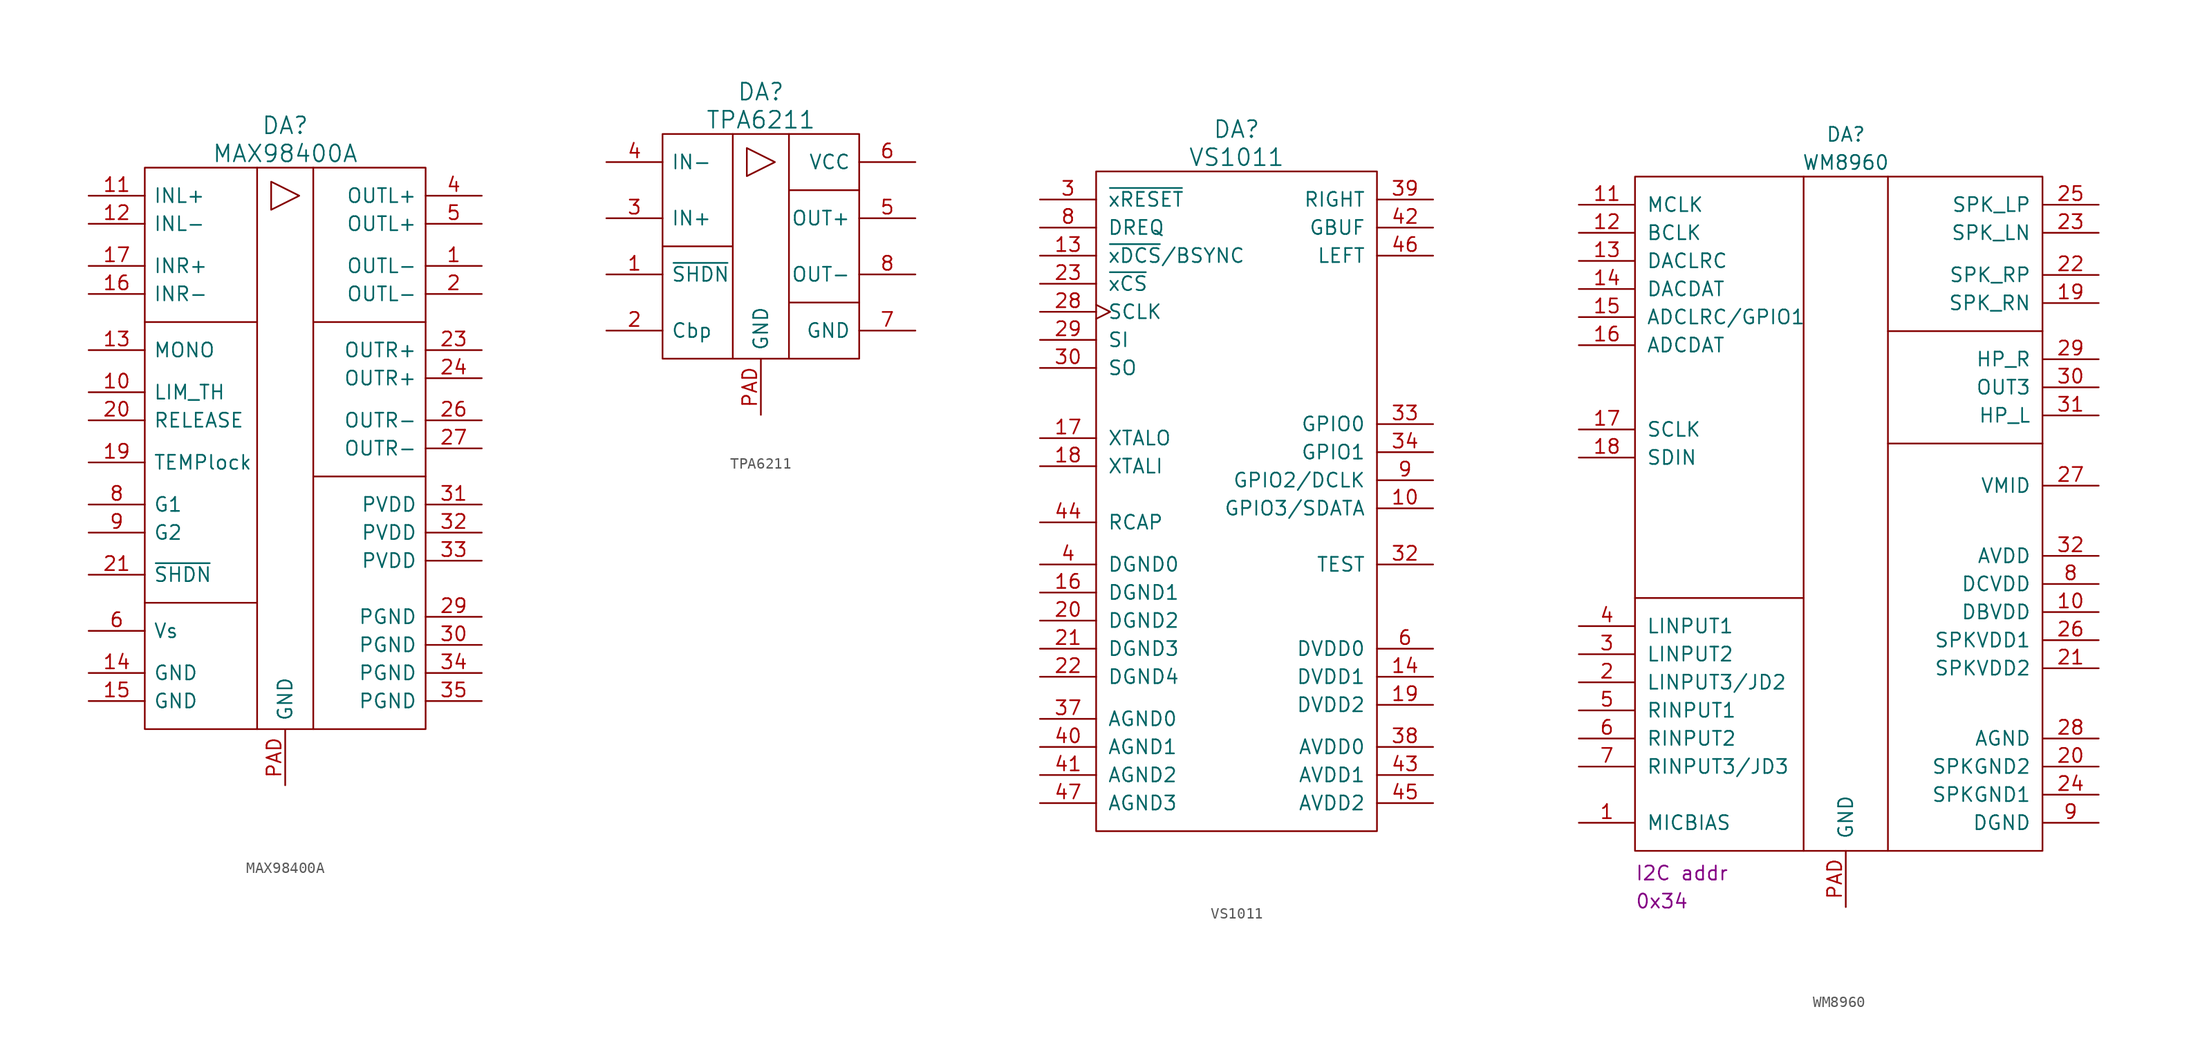
<source format=kicad_sym>
(kicad_symbol_lib
  (version 20220914)
  (generator kicad_symbol_editor)
  (symbol "MAX98400A"
    (pin_names
      (offset 0.762))
    (property "Reference" "DA"
      (at 0 29.21 0)
      (effects (font (size 1.524 1.524))))
    (property "Value" "MAX98400A"
      (at 0 26.67 0)
      (effects (font (size 1.524 1.524))))
    (property "Datasheet" ""
      (at 0 29.21 0)
      (effects (font (size 1.524 1.524))))
    (symbol "MAX98400A_0_1"
      (rectangle (start -12.7 25.4) (end 12.7 -25.4) (stroke (width 0) (type solid)) (fill (type none)))
      (polyline (pts (xy -12.7 -13.97) (xy -2.54 -13.97)) (stroke (width 0) (type solid)) (fill (type none)))
      (polyline (pts (xy -2.54 11.43) (xy -12.7 11.43)) (stroke (width 0) (type solid)) (fill (type none)))
      (polyline (pts (xy -2.54 25.4) (xy -2.54 -25.4)) (stroke (width 0) (type solid)) (fill (type none)))
      (polyline (pts (xy 2.54 25.4) (xy 2.54 -25.4)) (stroke (width 0) (type solid)) (fill (type none)))
      (polyline (pts (xy 12.7 -2.54) (xy 2.54 -2.54)) (stroke (width 0) (type solid)) (fill (type none)))
      (polyline (pts (xy 12.7 11.43) (xy 2.54 11.43)) (stroke (width 0) (type solid)) (fill (type none)))
      (polyline (pts (xy 1.27 22.86) (xy -1.27 24.13) (xy -1.27 21.59) (xy 1.27 22.86)) (stroke (width 0) (type solid)) (fill (type none))))
    (symbol "MAX98400A_1_1"
      (pin passive line (at 17.78 16.51 180) (length 5.08) (name "OUTL-" (effects (font (size 1.27 1.27)))) (number "1" (effects (font (size 1.27 1.27)))))
      (pin passive line (at -17.78 5.08 0) (length 5.08) (name "LIM_TH" (effects (font (size 1.27 1.27)))) (number "10" (effects (font (size 1.27 1.27)))))
      (pin passive line (at -17.78 22.86 0) (length 5.08) (name "INL+" (effects (font (size 1.27 1.27)))) (number "11" (effects (font (size 1.27 1.27)))))
      (pin passive line (at -17.78 20.32 0) (length 5.08) (name "INL-" (effects (font (size 1.27 1.27)))) (number "12" (effects (font (size 1.27 1.27)))))
      (pin passive line (at -17.78 8.89 0) (length 5.08) (name "MONO" (effects (font (size 1.27 1.27)))) (number "13" (effects (font (size 1.27 1.27)))))
      (pin power_in line (at -17.78 -20.32 0) (length 5.08) (name "GND" (effects (font (size 1.27 1.27)))) (number "14" (effects (font (size 1.27 1.27)))))
      (pin power_in line (at -17.78 -22.86 0) (length 5.08) (name "GND" (effects (font (size 1.27 1.27)))) (number "15" (effects (font (size 1.27 1.27)))))
      (pin passive line (at -17.78 13.97 0) (length 5.08) (name "INR-" (effects (font (size 1.27 1.27)))) (number "16" (effects (font (size 1.27 1.27)))))
      (pin passive line (at -17.78 16.51 0) (length 5.08) (name "INR+" (effects (font (size 1.27 1.27)))) (number "17" (effects (font (size 1.27 1.27)))))
      (pin no_connect line (at -6.35 -30.48 90) (length 5.08) hide (name "NC" (effects (font (size 1.27 1.27)))) (number "18" (effects (font (size 1.27 1.27)))))
      (pin passive line (at -17.78 -1.27 0) (length 5.08) (name "TEMPlock" (effects (font (size 1.27 1.27)))) (number "19" (effects (font (size 1.27 1.27)))))
      (pin passive line (at 17.78 13.97 180) (length 5.08) (name "OUTL-" (effects (font (size 1.27 1.27)))) (number "2" (effects (font (size 1.27 1.27)))))
      (pin passive line (at -17.78 2.54 0) (length 5.08) (name "RELEASE" (effects (font (size 1.27 1.27)))) (number "20" (effects (font (size 1.27 1.27)))))
      (pin passive line (at -17.78 -11.43 0) (length 5.08) (name "~{SHDN}" (effects (font (size 1.27 1.27)))) (number "21" (effects (font (size 1.27 1.27)))))
      (pin no_connect line (at -3.81 -30.48 90) (length 5.08) hide (name "NC" (effects (font (size 1.27 1.27)))) (number "22" (effects (font (size 1.27 1.27)))))
      (pin passive line (at 17.78 8.89 180) (length 5.08) (name "OUTR+" (effects (font (size 1.27 1.27)))) (number "23" (effects (font (size 1.27 1.27)))))
      (pin passive line (at 17.78 6.35 180) (length 5.08) (name "OUTR+" (effects (font (size 1.27 1.27)))) (number "24" (effects (font (size 1.27 1.27)))))
      (pin no_connect line (at 5.08 -30.48 90) (length 5.08) hide (name "NC" (effects (font (size 1.27 1.27)))) (number "25" (effects (font (size 1.27 1.27)))))
      (pin passive line (at 17.78 2.54 180) (length 5.08) (name "OUTR-" (effects (font (size 1.27 1.27)))) (number "26" (effects (font (size 1.27 1.27)))))
      (pin passive line (at 17.78 0 180) (length 5.08) (name "OUTR-" (effects (font (size 1.27 1.27)))) (number "27" (effects (font (size 1.27 1.27)))))
      (pin no_connect line (at 7.62 -30.48 90) (length 5.08) hide (name "NC" (effects (font (size 1.27 1.27)))) (number "28" (effects (font (size 1.27 1.27)))))
      (pin power_in line (at 17.78 -15.24 180) (length 5.08) (name "PGND" (effects (font (size 1.27 1.27)))) (number "29" (effects (font (size 1.27 1.27)))))
      (pin no_connect line (at -11.43 -30.48 90) (length 5.08) hide (name "NC" (effects (font (size 1.27 1.27)))) (number "3" (effects (font (size 1.27 1.27)))))
      (pin power_in line (at 17.78 -17.78 180) (length 5.08) (name "PGND" (effects (font (size 1.27 1.27)))) (number "30" (effects (font (size 1.27 1.27)))))
      (pin power_in line (at 17.78 -5.08 180) (length 5.08) (name "PVDD" (effects (font (size 1.27 1.27)))) (number "31" (effects (font (size 1.27 1.27)))))
      (pin power_in line (at 17.78 -7.62 180) (length 5.08) (name "PVDD" (effects (font (size 1.27 1.27)))) (number "32" (effects (font (size 1.27 1.27)))))
      (pin power_in line (at 17.78 -10.16 180) (length 5.08) (name "PVDD" (effects (font (size 1.27 1.27)))) (number "33" (effects (font (size 1.27 1.27)))))
      (pin power_in line (at 17.78 -20.32 180) (length 5.08) (name "PGND" (effects (font (size 1.27 1.27)))) (number "34" (effects (font (size 1.27 1.27)))))
      (pin power_in line (at 17.78 -22.86 180) (length 5.08) (name "PGND" (effects (font (size 1.27 1.27)))) (number "35" (effects (font (size 1.27 1.27)))))
      (pin no_connect line (at 10.16 -30.48 90) (length 5.08) hide (name "NC" (effects (font (size 1.27 1.27)))) (number "36" (effects (font (size 1.27 1.27)))))
      (pin passive line (at 17.78 22.86 180) (length 5.08) (name "OUTL+" (effects (font (size 1.27 1.27)))) (number "4" (effects (font (size 1.27 1.27)))))
      (pin passive line (at 17.78 20.32 180) (length 5.08) (name "OUTL+" (effects (font (size 1.27 1.27)))) (number "5" (effects (font (size 1.27 1.27)))))
      (pin passive line (at -17.78 -16.51 0) (length 5.08) (name "Vs" (effects (font (size 1.27 1.27)))) (number "6" (effects (font (size 1.27 1.27)))))
      (pin no_connect line (at -8.89 -30.48 90) (length 5.08) hide (name "NC" (effects (font (size 1.27 1.27)))) (number "7" (effects (font (size 1.27 1.27)))))
      (pin passive line (at -17.78 -5.08 0) (length 5.08) (name "G1" (effects (font (size 1.27 1.27)))) (number "8" (effects (font (size 1.27 1.27)))))
      (pin passive line (at -17.78 -7.62 0) (length 5.08) (name "G2" (effects (font (size 1.27 1.27)))) (number "9" (effects (font (size 1.27 1.27)))))
      (pin power_in line (at 0 -30.48 90) (length 5.004) (name "GND" (effects (font (size 1.27 1.27)))) (number "PAD" (effects (font (size 1.27 1.27)))))))
  (symbol "TPA6211"
    (pin_names
      (offset 0.762))
    (property "Reference" "DA"
      (at 0 13.97 0)
      (effects (font (size 1.524 1.524))))
    (property "Value" "TPA6211"
      (at 0 11.43 0)
      (effects (font (size 1.524 1.524))))
    (property "Datasheet" ""
      (at 0 0 0)
      (effects (font (size 1.524 1.524))))
    (symbol "TPA6211_0_1"
      (rectangle (start -8.89 10.16) (end 8.89 -10.16) (stroke (width 0) (type solid)) (fill (type none)))
      (polyline (pts (xy -2.54 0) (xy -8.89 0)) (stroke (width 0) (type solid)) (fill (type none)))
      (polyline (pts (xy -2.54 10.16) (xy -2.54 -10.16)) (stroke (width 0) (type solid)) (fill (type none)))
      (polyline (pts (xy 2.54 5.08) (xy 8.89 5.08)) (stroke (width 0) (type solid)) (fill (type none)))
      (polyline (pts (xy 2.54 10.16) (xy 2.54 -10.16)) (stroke (width 0) (type solid)) (fill (type none)))
      (polyline (pts (xy 8.89 -5.08) (xy 2.54 -5.08)) (stroke (width 0) (type solid)) (fill (type none)))
      (polyline (pts (xy 1.27 7.62) (xy -1.27 8.89) (xy -1.27 6.35) (xy 1.27 7.62)) (stroke (width 0) (type solid)) (fill (type none))))
    (symbol "TPA6211_1_1"
      (pin passive line (at -13.97 -2.54 0) (length 5.08) (name "~{SHDN}" (effects (font (size 1.27 1.27)))) (number "1" (effects (font (size 1.27 1.27)))))
      (pin passive line (at -13.97 -7.62 0) (length 5.08) (name "Cbp" (effects (font (size 1.27 1.27)))) (number "2" (effects (font (size 1.27 1.27)))))
      (pin passive line (at -13.97 2.54 0) (length 5.08) (name "IN+" (effects (font (size 1.27 1.27)))) (number "3" (effects (font (size 1.27 1.27)))))
      (pin passive line (at -13.97 7.62 0) (length 5.08) (name "IN-" (effects (font (size 1.27 1.27)))) (number "4" (effects (font (size 1.27 1.27)))))
      (pin passive line (at 13.97 2.54 180) (length 5.08) (name "OUT+" (effects (font (size 1.27 1.27)))) (number "5" (effects (font (size 1.27 1.27)))))
      (pin power_in line (at 13.97 7.62 180) (length 5.08) (name "VCC" (effects (font (size 1.27 1.27)))) (number "6" (effects (font (size 1.27 1.27)))))
      (pin power_in line (at 13.97 -7.62 180) (length 5.08) (name "GND" (effects (font (size 1.27 1.27)))) (number "7" (effects (font (size 1.27 1.27)))))
      (pin passive line (at 13.97 -2.54 180) (length 5.08) (name "OUT-" (effects (font (size 1.27 1.27)))) (number "8" (effects (font (size 1.27 1.27)))))
      (pin power_in line (at 0 -15.24 90) (length 5.004) (name "GND" (effects (font (size 1.27 1.27)))) (number "PAD" (effects (font (size 1.27 1.27)))))))
  (symbol "VS1011"
    (pin_names
      (offset 1.016))
    (property "Reference" "DA"
      (at 0 33.02 0)
      (effects (font (size 1.524 1.524))))
    (property "Value" "VS1011"
      (at 0 30.48 0)
      (effects (font (size 1.524 1.524))))
    (property "Datasheet" ""
      (at 0 1.27 0)
      (effects (font (size 1.524 1.524))))
    (symbol "VS1011_0_1"
      (rectangle (start 12.7 29.21) (end -12.7 -30.48) (stroke (width 0) (type solid)) (fill (type none))))
    (symbol "VS1011_1_1"
      (pin passive line (at 17.78 -1.27 180) (length 5.08) (name "GPIO3/SDATA" (effects (font (size 1.27 1.27)))) (number "10" (effects (font (size 1.27 1.27)))))
      (pin passive line (at -17.78 21.59 0) (length 5.08) (name "~{xDCS}/BSYNC" (effects (font (size 1.27 1.27)))) (number "13" (effects (font (size 1.27 1.27)))))
      (pin power_in line (at 17.78 -16.51 180) (length 5.08) (name "DVDD1" (effects (font (size 1.27 1.27)))) (number "14" (effects (font (size 1.27 1.27)))))
      (pin power_in line (at -17.78 -8.89 0) (length 5.08) (name "DGND1" (effects (font (size 1.27 1.27)))) (number "16" (effects (font (size 1.27 1.27)))))
      (pin passive line (at -17.78 5.08 0) (length 5.08) (name "XTALO" (effects (font (size 1.27 1.27)))) (number "17" (effects (font (size 1.27 1.27)))))
      (pin passive line (at -17.78 2.54 0) (length 5.08) (name "XTALI" (effects (font (size 1.27 1.27)))) (number "18" (effects (font (size 1.27 1.27)))))
      (pin power_in line (at 17.78 -19.05 180) (length 5.08) (name "DVDD2" (effects (font (size 1.27 1.27)))) (number "19" (effects (font (size 1.27 1.27)))))
      (pin power_in line (at -17.78 -11.43 0) (length 5.08) (name "DGND2" (effects (font (size 1.27 1.27)))) (number "20" (effects (font (size 1.27 1.27)))))
      (pin power_in line (at -17.78 -13.97 0) (length 5.08) (name "DGND3" (effects (font (size 1.27 1.27)))) (number "21" (effects (font (size 1.27 1.27)))))
      (pin power_in line (at -17.78 -16.51 0) (length 5.08) (name "DGND4" (effects (font (size 1.27 1.27)))) (number "22" (effects (font (size 1.27 1.27)))))
      (pin passive line (at -17.78 19.05 0) (length 5.08) (name "~{xCS}" (effects (font (size 1.27 1.27)))) (number "23" (effects (font (size 1.27 1.27)))))
      (pin passive clock (at -17.78 16.51 0) (length 5.08) (name "SCLK" (effects (font (size 1.27 1.27)))) (number "28" (effects (font (size 1.27 1.27)))))
      (pin passive line (at -17.78 13.97 0) (length 5.08) (name "SI" (effects (font (size 1.27 1.27)))) (number "29" (effects (font (size 1.27 1.27)))))
      (pin passive line (at -17.78 26.67 0) (length 5.08) (name "~{xRESET}" (effects (font (size 1.27 1.27)))) (number "3" (effects (font (size 1.27 1.27)))))
      (pin passive line (at -17.78 11.43 0) (length 5.08) (name "SO" (effects (font (size 1.27 1.27)))) (number "30" (effects (font (size 1.27 1.27)))))
      (pin passive line (at 17.78 -6.35 180) (length 5.08) (name "TEST" (effects (font (size 1.27 1.27)))) (number "32" (effects (font (size 1.27 1.27)))))
      (pin passive line (at 17.78 6.35 180) (length 5.08) (name "GPIO0" (effects (font (size 1.27 1.27)))) (number "33" (effects (font (size 1.27 1.27)))))
      (pin passive line (at 17.78 3.81 180) (length 5.08) (name "GPIO1" (effects (font (size 1.27 1.27)))) (number "34" (effects (font (size 1.27 1.27)))))
      (pin power_in line (at -17.78 -20.32 0) (length 5.08) (name "AGND0" (effects (font (size 1.27 1.27)))) (number "37" (effects (font (size 1.27 1.27)))))
      (pin power_in line (at 17.78 -22.86 180) (length 5.08) (name "AVDD0" (effects (font (size 1.27 1.27)))) (number "38" (effects (font (size 1.27 1.27)))))
      (pin passive line (at 17.78 26.67 180) (length 5.08) (name "RIGHT" (effects (font (size 1.27 1.27)))) (number "39" (effects (font (size 1.27 1.27)))))
      (pin power_in line (at -17.78 -6.35 0) (length 5.08) (name "DGND0" (effects (font (size 1.27 1.27)))) (number "4" (effects (font (size 1.27 1.27)))))
      (pin power_in line (at -17.78 -22.86 0) (length 5.08) (name "AGND1" (effects (font (size 1.27 1.27)))) (number "40" (effects (font (size 1.27 1.27)))))
      (pin power_in line (at -17.78 -25.4 0) (length 5.08) (name "AGND2" (effects (font (size 1.27 1.27)))) (number "41" (effects (font (size 1.27 1.27)))))
      (pin passive line (at 17.78 24.13 180) (length 5.08) (name "GBUF" (effects (font (size 1.27 1.27)))) (number "42" (effects (font (size 1.27 1.27)))))
      (pin power_in line (at 17.78 -25.4 180) (length 5.08) (name "AVDD1" (effects (font (size 1.27 1.27)))) (number "43" (effects (font (size 1.27 1.27)))))
      (pin passive line (at -17.78 -2.54 0) (length 5.08) (name "RCAP" (effects (font (size 1.27 1.27)))) (number "44" (effects (font (size 1.27 1.27)))))
      (pin power_in line (at 17.78 -27.94 180) (length 5.08) (name "AVDD2" (effects (font (size 1.27 1.27)))) (number "45" (effects (font (size 1.27 1.27)))))
      (pin passive line (at 17.78 21.59 180) (length 5.08) (name "LEFT" (effects (font (size 1.27 1.27)))) (number "46" (effects (font (size 1.27 1.27)))))
      (pin power_in line (at -17.78 -27.94 0) (length 5.08) (name "AGND3" (effects (font (size 1.27 1.27)))) (number "47" (effects (font (size 1.27 1.27)))))
      (pin power_in line (at 17.78 -13.97 180) (length 5.08) (name "DVDD0" (effects (font (size 1.27 1.27)))) (number "6" (effects (font (size 1.27 1.27)))))
      (pin passive line (at -17.78 24.13 0) (length 5.08) (name "DREQ" (effects (font (size 1.27 1.27)))) (number "8" (effects (font (size 1.27 1.27)))))
      (pin passive line (at 17.78 1.27 180) (length 5.08) (name "GPIO2/DCLK" (effects (font (size 1.27 1.27)))) (number "9" (effects (font (size 1.27 1.27)))))))
  (symbol "WM8960"
    (pin_names
      (offset 1.016))
    (property "Reference" "DA"
      (at 0 34.29 0)
      (effects (font (size 1.27 1.27))))
    (property "Value" "WM8960"
      (at 0 31.75 0)
      (effects (font (size 1.27 1.27))))
    (property "I2C" "I2C addr"
      (at -19.05 -31.75 0)
      (effects (font (size 1.27 1.27)) (justify left top)))
    (property "Addr" "0x34"
      (at -19.05 -34.29 0)
      (effects (font (size 1.27 1.27)) (justify left top)))
    (symbol "WM8960_0_1"
      (rectangle (start -19.05 30.48) (end 17.78 -30.48) (stroke (width 0) (type solid)) (fill (type none)))
      (polyline (pts (xy -19.05 -7.62) (xy -3.81 -7.62)) (stroke (width 0) (type solid)) (fill (type none)))
      (polyline (pts (xy -3.81 30.48) (xy -3.81 -30.48)) (stroke (width 0) (type solid)) (fill (type none)))
      (polyline (pts (xy 3.81 -30.48) (xy 3.81 30.48)) (stroke (width 0) (type solid)) (fill (type none)))
      (polyline (pts (xy 17.78 6.35) (xy 3.81 6.35)) (stroke (width 0) (type solid)) (fill (type none)))
      (polyline (pts (xy 17.78 16.51) (xy 3.81 16.51)) (stroke (width 0) (type solid)) (fill (type none))))
    (symbol "WM8960_1_1"
      (pin passive line (at -24.13 -27.94 0) (length 5.08) (name "MICBIAS" (effects (font (size 1.27 1.27)))) (number "1" (effects (font (size 1.27 1.27)))))
      (pin power_in line (at 22.86 -8.89 180) (length 5.08) (name "DBVDD" (effects (font (size 1.27 1.27)))) (number "10" (effects (font (size 1.27 1.27)))))
      (pin passive line (at -24.13 27.94 0) (length 5.08) (name "MCLK" (effects (font (size 1.27 1.27)))) (number "11" (effects (font (size 1.27 1.27)))))
      (pin passive line (at -24.13 25.4 0) (length 5.08) (name "BCLK" (effects (font (size 1.27 1.27)))) (number "12" (effects (font (size 1.27 1.27)))))
      (pin passive line (at -24.13 22.86 0) (length 5.08) (name "DACLRC" (effects (font (size 1.27 1.27)))) (number "13" (effects (font (size 1.27 1.27)))))
      (pin passive line (at -24.13 20.32 0) (length 5.08) (name "DACDAT" (effects (font (size 1.27 1.27)))) (number "14" (effects (font (size 1.27 1.27)))))
      (pin passive line (at -24.13 17.78 0) (length 5.08) (name "ADCLRC/GPIO1" (effects (font (size 1.27 1.27)))) (number "15" (effects (font (size 1.27 1.27)))))
      (pin passive line (at -24.13 15.24 0) (length 5.08) (name "ADCDAT" (effects (font (size 1.27 1.27)))) (number "16" (effects (font (size 1.27 1.27)))))
      (pin passive line (at -24.13 7.62 0) (length 5.08) (name "SCLK" (effects (font (size 1.27 1.27)))) (number "17" (effects (font (size 1.27 1.27)))))
      (pin passive line (at -24.13 5.08 0) (length 5.08) (name "SDIN" (effects (font (size 1.27 1.27)))) (number "18" (effects (font (size 1.27 1.27)))))
      (pin passive line (at 22.86 19.05 180) (length 5.08) (name "SPK_RN" (effects (font (size 1.27 1.27)))) (number "19" (effects (font (size 1.27 1.27)))))
      (pin passive line (at -24.13 -15.24 0) (length 5.08) (name "LINPUT3/JD2" (effects (font (size 1.27 1.27)))) (number "2" (effects (font (size 1.27 1.27)))))
      (pin power_in line (at 22.86 -22.86 180) (length 5.08) (name "SPKGND2" (effects (font (size 1.27 1.27)))) (number "20" (effects (font (size 1.27 1.27)))))
      (pin power_in line (at 22.86 -13.97 180) (length 5.08) (name "SPKVDD2" (effects (font (size 1.27 1.27)))) (number "21" (effects (font (size 1.27 1.27)))))
      (pin passive line (at 22.86 21.59 180) (length 5.08) (name "SPK_RP" (effects (font (size 1.27 1.27)))) (number "22" (effects (font (size 1.27 1.27)))))
      (pin passive line (at 22.86 25.4 180) (length 5.08) (name "SPK_LN" (effects (font (size 1.27 1.27)))) (number "23" (effects (font (size 1.27 1.27)))))
      (pin power_in line (at 22.86 -25.4 180) (length 5.08) (name "SPKGND1" (effects (font (size 1.27 1.27)))) (number "24" (effects (font (size 1.27 1.27)))))
      (pin passive line (at 22.86 27.94 180) (length 5.08) (name "SPK_LP" (effects (font (size 1.27 1.27)))) (number "25" (effects (font (size 1.27 1.27)))))
      (pin power_in line (at 22.86 -11.43 180) (length 5.08) (name "SPKVDD1" (effects (font (size 1.27 1.27)))) (number "26" (effects (font (size 1.27 1.27)))))
      (pin passive line (at 22.86 2.54 180) (length 5.08) (name "VMID" (effects (font (size 1.27 1.27)))) (number "27" (effects (font (size 1.27 1.27)))))
      (pin power_in line (at 22.86 -20.32 180) (length 5.08) (name "AGND" (effects (font (size 1.27 1.27)))) (number "28" (effects (font (size 1.27 1.27)))))
      (pin passive line (at 22.86 13.97 180) (length 5.08) (name "HP_R" (effects (font (size 1.27 1.27)))) (number "29" (effects (font (size 1.27 1.27)))))
      (pin passive line (at -24.13 -12.7 0) (length 5.08) (name "LINPUT2" (effects (font (size 1.27 1.27)))) (number "3" (effects (font (size 1.27 1.27)))))
      (pin passive line (at 22.86 11.43 180) (length 5.08) (name "OUT3" (effects (font (size 1.27 1.27)))) (number "30" (effects (font (size 1.27 1.27)))))
      (pin passive line (at 22.86 8.89 180) (length 5.08) (name "HP_L" (effects (font (size 1.27 1.27)))) (number "31" (effects (font (size 1.27 1.27)))))
      (pin power_in line (at 22.86 -3.81 180) (length 5.08) (name "AVDD" (effects (font (size 1.27 1.27)))) (number "32" (effects (font (size 1.27 1.27)))))
      (pin passive line (at -24.13 -10.16 0) (length 5.08) (name "LINPUT1" (effects (font (size 1.27 1.27)))) (number "4" (effects (font (size 1.27 1.27)))))
      (pin passive line (at -24.13 -17.78 0) (length 5.08) (name "RINPUT1" (effects (font (size 1.27 1.27)))) (number "5" (effects (font (size 1.27 1.27)))))
      (pin passive line (at -24.13 -20.32 0) (length 5.08) (name "RINPUT2" (effects (font (size 1.27 1.27)))) (number "6" (effects (font (size 1.27 1.27)))))
      (pin passive line (at -24.13 -22.86 0) (length 5.08) (name "RINPUT3/JD3" (effects (font (size 1.27 1.27)))) (number "7" (effects (font (size 1.27 1.27)))))
      (pin power_in line (at 22.86 -6.35 180) (length 5.08) (name "DCVDD" (effects (font (size 1.27 1.27)))) (number "8" (effects (font (size 1.27 1.27)))))
      (pin power_in line (at 22.86 -27.94 180) (length 5.08) (name "DGND" (effects (font (size 1.27 1.27)))) (number "9" (effects (font (size 1.27 1.27)))))
      (pin power_in line (at 0 -35.56 90) (length 5.08) (name "GND" (effects (font (size 1.27 1.27)))) (number "PAD" (effects (font (size 1.27 1.27))))))))
</source>
